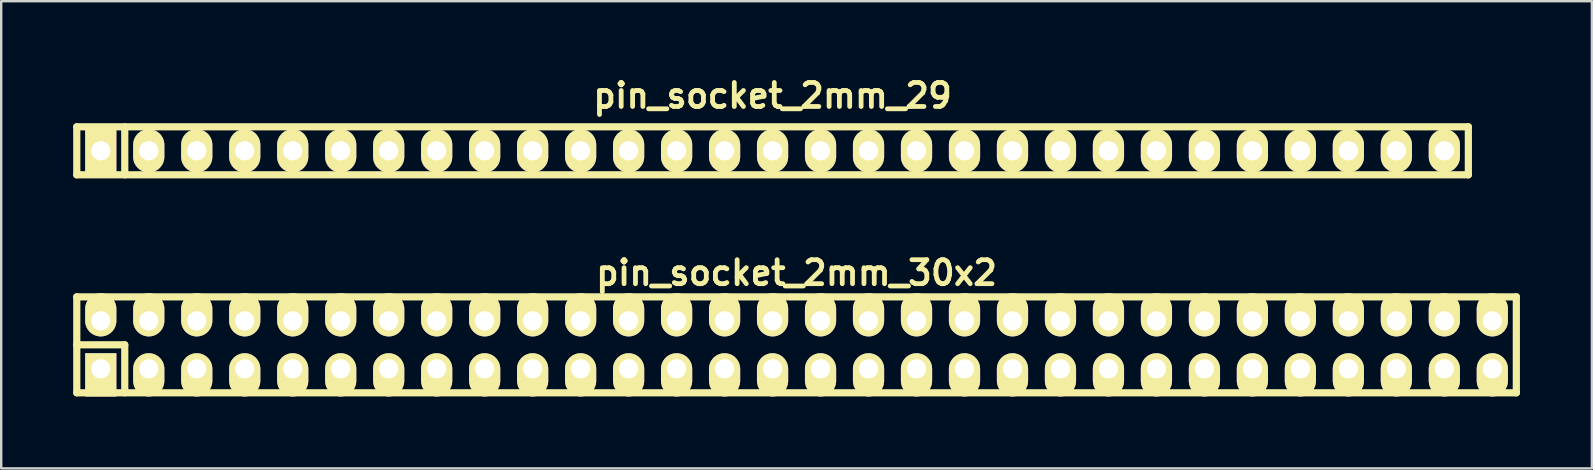
<source format=kicad_pcb>
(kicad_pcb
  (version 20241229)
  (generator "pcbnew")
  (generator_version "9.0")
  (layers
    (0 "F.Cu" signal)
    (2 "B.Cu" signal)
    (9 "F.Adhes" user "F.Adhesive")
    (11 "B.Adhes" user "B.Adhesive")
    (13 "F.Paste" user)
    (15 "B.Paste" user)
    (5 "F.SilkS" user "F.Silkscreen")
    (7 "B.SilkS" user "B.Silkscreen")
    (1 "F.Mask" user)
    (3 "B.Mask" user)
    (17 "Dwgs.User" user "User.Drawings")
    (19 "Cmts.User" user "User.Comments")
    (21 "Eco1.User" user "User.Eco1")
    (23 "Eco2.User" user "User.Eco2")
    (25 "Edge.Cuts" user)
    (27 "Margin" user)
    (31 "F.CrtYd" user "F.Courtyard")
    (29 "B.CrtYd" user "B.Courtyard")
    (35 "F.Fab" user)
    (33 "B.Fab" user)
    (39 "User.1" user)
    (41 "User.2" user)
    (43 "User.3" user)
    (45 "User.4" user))
  (footprint "pin_socket_2mm_29"
    (layer "F.Cu")
    (at 29.15 3.236)
    (property "Reference" "pin_socket_2mm_29" (at 0 -2.3 0) (layer "F.SilkS") (effects (font (size 1 1) (thickness 0.2))))
    (attr through_hole)
    (fp_line (start -29 -1) (end 29 -1) (stroke (width 0.3) (type solid)) (layer "F.SilkS"))
    (fp_line (start -29 1) (end -29 -1) (stroke (width 0.3) (type solid)) (layer "F.SilkS"))
    (fp_line (start -27 -1) (end -27 1) (stroke (width 0.3) (type solid)) (layer "F.SilkS"))
    (fp_line (start 29 -1) (end 29 1) (stroke (width 0.3) (type solid)) (layer "F.SilkS"))
    (fp_line (start 29 1) (end -29 1) (stroke (width 0.3) (type solid)) (layer "F.SilkS"))
    (pad "1" thru_hole rect (at -28 0) (size 1.3 1.8) (drill 0.8) (layers "*.Cu" "*.Mask" "F.SilkS"))
    (pad "2" thru_hole oval (at -26 0) (size 1.3 1.8) (drill 0.8) (layers "*.Cu" "*.Mask" "F.SilkS"))
    (pad "3" thru_hole oval (at -24 0) (size 1.3 1.8) (drill 0.8) (layers "*.Cu" "*.Mask" "F.SilkS"))
    (pad "4" thru_hole oval (at -22 0) (size 1.3 1.8) (drill 0.8) (layers "*.Cu" "*.Mask" "F.SilkS"))
    (pad "5" thru_hole oval (at -20 0) (size 1.3 1.8) (drill 0.8) (layers "*.Cu" "*.Mask" "F.SilkS"))
    (pad "6" thru_hole oval (at -18 0) (size 1.3 1.8) (drill 0.8) (layers "*.Cu" "*.Mask" "F.SilkS"))
    (pad "7" thru_hole oval (at -16 0) (size 1.3 1.8) (drill 0.8) (layers "*.Cu" "*.Mask" "F.SilkS"))
    (pad "8" thru_hole oval (at -14 0) (size 1.3 1.8) (drill 0.8) (layers "*.Cu" "*.Mask" "F.SilkS"))
    (pad "9" thru_hole oval (at -12 0) (size 1.3 1.8) (drill 0.8) (layers "*.Cu" "*.Mask" "F.SilkS"))
    (pad "10" thru_hole oval (at -10 0) (size 1.3 1.8) (drill 0.8) (layers "*.Cu" "*.Mask" "F.SilkS"))
    (pad "11" thru_hole oval (at -8 0) (size 1.3 1.8) (drill 0.8) (layers "*.Cu" "*.Mask" "F.SilkS"))
    (pad "12" thru_hole oval (at -6 0) (size 1.3 1.8) (drill 0.8) (layers "*.Cu" "*.Mask" "F.SilkS"))
    (pad "13" thru_hole oval (at -4 0) (size 1.3 1.8) (drill 0.8) (layers "*.Cu" "*.Mask" "F.SilkS"))
    (pad "14" thru_hole oval (at -2 0) (size 1.3 1.8) (drill 0.8) (layers "*.Cu" "*.Mask" "F.SilkS"))
    (pad "15" thru_hole oval (at 0 0) (size 1.3 1.8) (drill 0.8) (layers "*.Cu" "*.Mask" "F.SilkS"))
    (pad "16" thru_hole oval (at 2 0) (size 1.3 1.8) (drill 0.8) (layers "*.Cu" "*.Mask" "F.SilkS"))
    (pad "17" thru_hole oval (at 4 0) (size 1.3 1.8) (drill 0.8) (layers "*.Cu" "*.Mask" "F.SilkS"))
    (pad "18" thru_hole oval (at 6 0) (size 1.3 1.8) (drill 0.8) (layers "*.Cu" "*.Mask" "F.SilkS"))
    (pad "19" thru_hole oval (at 8 0) (size 1.3 1.8) (drill 0.8) (layers "*.Cu" "*.Mask" "F.SilkS"))
    (pad "20" thru_hole oval (at 10 0) (size 1.3 1.8) (drill 0.8) (layers "*.Cu" "*.Mask" "F.SilkS"))
    (pad "21" thru_hole oval (at 12 0) (size 1.3 1.8) (drill 0.8) (layers "*.Cu" "*.Mask" "F.SilkS"))
    (pad "22" thru_hole oval (at 14 0) (size 1.3 1.8) (drill 0.8) (layers "*.Cu" "*.Mask" "F.SilkS"))
    (pad "23" thru_hole oval (at 16 0) (size 1.3 1.8) (drill 0.8) (layers "*.Cu" "*.Mask" "F.SilkS"))
    (pad "24" thru_hole oval (at 18 0) (size 1.3 1.8) (drill 0.8) (layers "*.Cu" "*.Mask" "F.SilkS"))
    (pad "25" thru_hole oval (at 20 0) (size 1.3 1.8) (drill 0.8) (layers "*.Cu" "*.Mask" "F.SilkS"))
    (pad "26" thru_hole oval (at 22 0) (size 1.3 1.8) (drill 0.8) (layers "*.Cu" "*.Mask" "F.SilkS"))
    (pad "27" thru_hole oval (at 24 0) (size 1.3 1.8) (drill 0.8) (layers "*.Cu" "*.Mask" "F.SilkS"))
    (pad "28" thru_hole oval (at 26 0) (size 1.3 1.8) (drill 0.8) (layers "*.Cu" "*.Mask" "F.SilkS"))
    (pad "29" thru_hole oval (at 28 0) (size 1.3 1.8) (drill 0.8) (layers "*.Cu" "*.Mask" "F.SilkS")))
  (footprint "pin_socket_2mm_30x2"
    (layer "F.Cu")
    (at 30.15 11.322)
    (property "Reference" "pin_socket_2mm_30x2" (at 0 -3 0) (layer "F.SilkS") (effects (font (size 1 1) (thickness 0.2))))
    (attr through_hole)
    (fp_line (start -30 -2) (end 30 -2) (stroke (width 0.3) (type solid)) (layer "F.SilkS"))
    (fp_line (start -30 0) (end -28 0) (stroke (width 0.3) (type solid)) (layer "F.SilkS"))
    (fp_line (start -30 2) (end -30 -2) (stroke (width 0.3) (type solid)) (layer "F.SilkS"))
    (fp_line (start -28 0) (end -28 2) (stroke (width 0.3) (type solid)) (layer "F.SilkS"))
    (fp_line (start 30 -2) (end 30 2) (stroke (width 0.3) (type solid)) (layer "F.SilkS"))
    (fp_line (start 30 2) (end -30 2) (stroke (width 0.3) (type solid)) (layer "F.SilkS"))
    (pad "1" thru_hole rect (at -29 1) (size 1.3 1.8) (drill 0.8 (offset 0 0.25)) (layers "*.Cu" "*.Mask" "F.SilkS"))
    (pad "2" thru_hole oval (at -29 -1) (size 1.3 1.8) (drill 0.8 (offset 0 -0.25)) (layers "*.Cu" "*.Mask" "F.SilkS"))
    (pad "3" thru_hole oval (at -27 1) (size 1.3 1.8) (drill 0.8 (offset 0 0.25)) (layers "*.Cu" "*.Mask" "F.SilkS"))
    (pad "4" thru_hole oval (at -27 -1) (size 1.3 1.8) (drill 0.8 (offset 0 -0.25)) (layers "*.Cu" "*.Mask" "F.SilkS"))
    (pad "5" thru_hole oval (at -25 1) (size 1.3 1.8) (drill 0.8 (offset 0 0.25)) (layers "*.Cu" "*.Mask" "F.SilkS"))
    (pad "6" thru_hole oval (at -25 -1) (size 1.3 1.8) (drill 0.8 (offset 0 -0.25)) (layers "*.Cu" "*.Mask" "F.SilkS"))
    (pad "7" thru_hole oval (at -23 1) (size 1.3 1.8) (drill 0.8 (offset 0 0.25)) (layers "*.Cu" "*.Mask" "F.SilkS"))
    (pad "8" thru_hole oval (at -23 -1) (size 1.3 1.8) (drill 0.8 (offset 0 -0.25)) (layers "*.Cu" "*.Mask" "F.SilkS"))
    (pad "9" thru_hole oval (at -21 1) (size 1.3 1.8) (drill 0.8 (offset 0 0.25)) (layers "*.Cu" "*.Mask" "F.SilkS"))
    (pad "10" thru_hole oval (at -21 -1) (size 1.3 1.8) (drill 0.8 (offset 0 -0.25)) (layers "*.Cu" "*.Mask" "F.SilkS"))
    (pad "11" thru_hole oval (at -19 1) (size 1.3 1.8) (drill 0.8 (offset 0 0.25)) (layers "*.Cu" "*.Mask" "F.SilkS"))
    (pad "12" thru_hole oval (at -19 -1) (size 1.3 1.8) (drill 0.8 (offset 0 -0.25)) (layers "*.Cu" "*.Mask" "F.SilkS"))
    (pad "13" thru_hole oval (at -17 1) (size 1.3 1.8) (drill 0.8 (offset 0 0.25)) (layers "*.Cu" "*.Mask" "F.SilkS"))
    (pad "14" thru_hole oval (at -17 -1) (size 1.3 1.8) (drill 0.8 (offset 0 -0.25)) (layers "*.Cu" "*.Mask" "F.SilkS"))
    (pad "15" thru_hole oval (at -15 1) (size 1.3 1.8) (drill 0.8 (offset 0 0.25)) (layers "*.Cu" "*.Mask" "F.SilkS"))
    (pad "16" thru_hole oval (at -15 -1) (size 1.3 1.8) (drill 0.8 (offset 0 -0.25)) (layers "*.Cu" "*.Mask" "F.SilkS"))
    (pad "17" thru_hole oval (at -13 1) (size 1.3 1.8) (drill 0.8 (offset 0 0.25)) (layers "*.Cu" "*.Mask" "F.SilkS"))
    (pad "18" thru_hole oval (at -13 -1) (size 1.3 1.8) (drill 0.8 (offset 0 -0.25)) (layers "*.Cu" "*.Mask" "F.SilkS"))
    (pad "19" thru_hole oval (at -11 1) (size 1.3 1.8) (drill 0.8 (offset 0 0.25)) (layers "*.Cu" "*.Mask" "F.SilkS"))
    (pad "20" thru_hole oval (at -11 -1) (size 1.3 1.8) (drill 0.8 (offset 0 -0.25)) (layers "*.Cu" "*.Mask" "F.SilkS"))
    (pad "21" thru_hole oval (at -9 1) (size 1.3 1.8) (drill 0.8 (offset 0 0.25)) (layers "*.Cu" "*.Mask" "F.SilkS"))
    (pad "22" thru_hole oval (at -9 -1) (size 1.3 1.8) (drill 0.8 (offset 0 -0.25)) (layers "*.Cu" "*.Mask" "F.SilkS"))
    (pad "23" thru_hole oval (at -7 1) (size 1.3 1.8) (drill 0.8 (offset 0 0.25)) (layers "*.Cu" "*.Mask" "F.SilkS"))
    (pad "24" thru_hole oval (at -7 -1) (size 1.3 1.8) (drill 0.8 (offset 0 -0.25)) (layers "*.Cu" "*.Mask" "F.SilkS"))
    (pad "25" thru_hole oval (at -5 1) (size 1.3 1.8) (drill 0.8 (offset 0 0.25)) (layers "*.Cu" "*.Mask" "F.SilkS"))
    (pad "26" thru_hole oval (at -5 -1) (size 1.3 1.8) (drill 0.8 (offset 0 -0.25)) (layers "*.Cu" "*.Mask" "F.SilkS"))
    (pad "27" thru_hole oval (at -3 1) (size 1.3 1.8) (drill 0.8 (offset 0 0.25)) (layers "*.Cu" "*.Mask" "F.SilkS"))
    (pad "28" thru_hole oval (at -3 -1) (size 1.3 1.8) (drill 0.8 (offset 0 -0.25)) (layers "*.Cu" "*.Mask" "F.SilkS"))
    (pad "29" thru_hole oval (at -1 1) (size 1.3 1.8) (drill 0.8 (offset 0 0.25)) (layers "*.Cu" "*.Mask" "F.SilkS"))
    (pad "30" thru_hole oval (at -1 -1) (size 1.3 1.8) (drill 0.8 (offset 0 -0.25)) (layers "*.Cu" "*.Mask" "F.SilkS"))
    (pad "31" thru_hole oval (at 1 1) (size 1.3 1.8) (drill 0.8 (offset 0 0.25)) (layers "*.Cu" "*.Mask" "F.SilkS"))
    (pad "32" thru_hole oval (at 1 -1) (size 1.3 1.8) (drill 0.8 (offset 0 -0.25)) (layers "*.Cu" "*.Mask" "F.SilkS"))
    (pad "33" thru_hole oval (at 3 1) (size 1.3 1.8) (drill 0.8 (offset 0 0.25)) (layers "*.Cu" "*.Mask" "F.SilkS"))
    (pad "34" thru_hole oval (at 3 -1) (size 1.3 1.8) (drill 0.8 (offset 0 -0.25)) (layers "*.Cu" "*.Mask" "F.SilkS"))
    (pad "35" thru_hole oval (at 5 1) (size 1.3 1.8) (drill 0.8 (offset 0 0.25)) (layers "*.Cu" "*.Mask" "F.SilkS"))
    (pad "36" thru_hole oval (at 5 -1) (size 1.3 1.8) (drill 0.8 (offset 0 -0.25)) (layers "*.Cu" "*.Mask" "F.SilkS"))
    (pad "37" thru_hole oval (at 7 1) (size 1.3 1.8) (drill 0.8 (offset 0 0.25)) (layers "*.Cu" "*.Mask" "F.SilkS"))
    (pad "38" thru_hole oval (at 7 -1) (size 1.3 1.8) (drill 0.8 (offset 0 -0.25)) (layers "*.Cu" "*.Mask" "F.SilkS"))
    (pad "39" thru_hole oval (at 9 1) (size 1.3 1.8) (drill 0.8 (offset 0 0.25)) (layers "*.Cu" "*.Mask" "F.SilkS"))
    (pad "40" thru_hole oval (at 9 -1) (size 1.3 1.8) (drill 0.8 (offset 0 -0.25)) (layers "*.Cu" "*.Mask" "F.SilkS"))
    (pad "41" thru_hole oval (at 11 1) (size 1.3 1.8) (drill 0.8 (offset 0 0.25)) (layers "*.Cu" "*.Mask" "F.SilkS"))
    (pad "42" thru_hole oval (at 11 -1) (size 1.3 1.8) (drill 0.8 (offset 0 -0.25)) (layers "*.Cu" "*.Mask" "F.SilkS"))
    (pad "43" thru_hole oval (at 13 1) (size 1.3 1.8) (drill 0.8 (offset 0 0.25)) (layers "*.Cu" "*.Mask" "F.SilkS"))
    (pad "44" thru_hole oval (at 13 -1) (size 1.3 1.8) (drill 0.8 (offset 0 -0.25)) (layers "*.Cu" "*.Mask" "F.SilkS"))
    (pad "45" thru_hole oval (at 15 1) (size 1.3 1.8) (drill 0.8 (offset 0 0.25)) (layers "*.Cu" "*.Mask" "F.SilkS"))
    (pad "46" thru_hole oval (at 15 -1) (size 1.3 1.8) (drill 0.8 (offset 0 -0.25)) (layers "*.Cu" "*.Mask" "F.SilkS"))
    (pad "47" thru_hole oval (at 17 1) (size 1.3 1.8) (drill 0.8 (offset 0 0.25)) (layers "*.Cu" "*.Mask" "F.SilkS"))
    (pad "48" thru_hole oval (at 17 -1) (size 1.3 1.8) (drill 0.8 (offset 0 -0.25)) (layers "*.Cu" "*.Mask" "F.SilkS"))
    (pad "49" thru_hole oval (at 19 1) (size 1.3 1.8) (drill 0.8 (offset 0 0.25)) (layers "*.Cu" "*.Mask" "F.SilkS"))
    (pad "50" thru_hole oval (at 19 -1) (size 1.3 1.8) (drill 0.8 (offset 0 -0.25)) (layers "*.Cu" "*.Mask" "F.SilkS"))
    (pad "51" thru_hole oval (at 21 1) (size 1.3 1.8) (drill 0.8 (offset 0 0.25)) (layers "*.Cu" "*.Mask" "F.SilkS"))
    (pad "52" thru_hole oval (at 21 -1) (size 1.3 1.8) (drill 0.8 (offset 0 -0.25)) (layers "*.Cu" "*.Mask" "F.SilkS"))
    (pad "53" thru_hole oval (at 23 1) (size 1.3 1.8) (drill 0.8 (offset 0 0.25)) (layers "*.Cu" "*.Mask" "F.SilkS"))
    (pad "54" thru_hole oval (at 23 -1) (size 1.3 1.8) (drill 0.8 (offset 0 -0.25)) (layers "*.Cu" "*.Mask" "F.SilkS"))
    (pad "55" thru_hole oval (at 25 1) (size 1.3 1.8) (drill 0.8 (offset 0 0.25)) (layers "*.Cu" "*.Mask" "F.SilkS"))
    (pad "56" thru_hole oval (at 25 -1) (size 1.3 1.8) (drill 0.8 (offset 0 -0.25)) (layers "*.Cu" "*.Mask" "F.SilkS"))
    (pad "57" thru_hole oval (at 27 1) (size 1.3 1.8) (drill 0.8 (offset 0 0.25)) (layers "*.Cu" "*.Mask" "F.SilkS"))
    (pad "58" thru_hole oval (at 27 -1) (size 1.3 1.8) (drill 0.8 (offset 0 -0.25)) (layers "*.Cu" "*.Mask" "F.SilkS"))
    (pad "59" thru_hole oval (at 29 1) (size 1.3 1.8) (drill 0.8 (offset 0 0.25)) (layers "*.Cu" "*.Mask" "F.SilkS"))
    (pad "60" thru_hole oval (at 29 -1) (size 1.3 1.8) (drill 0.8 (offset 0 -0.25)) (layers "*.Cu" "*.Mask" "F.SilkS")))
  (gr_rect
    (start -3 -3)
    (end 63.3 16.472)
    (stroke (width 0.1) (type default))
    (fill no)
    (layer "Edge.Cuts")))
</source>
